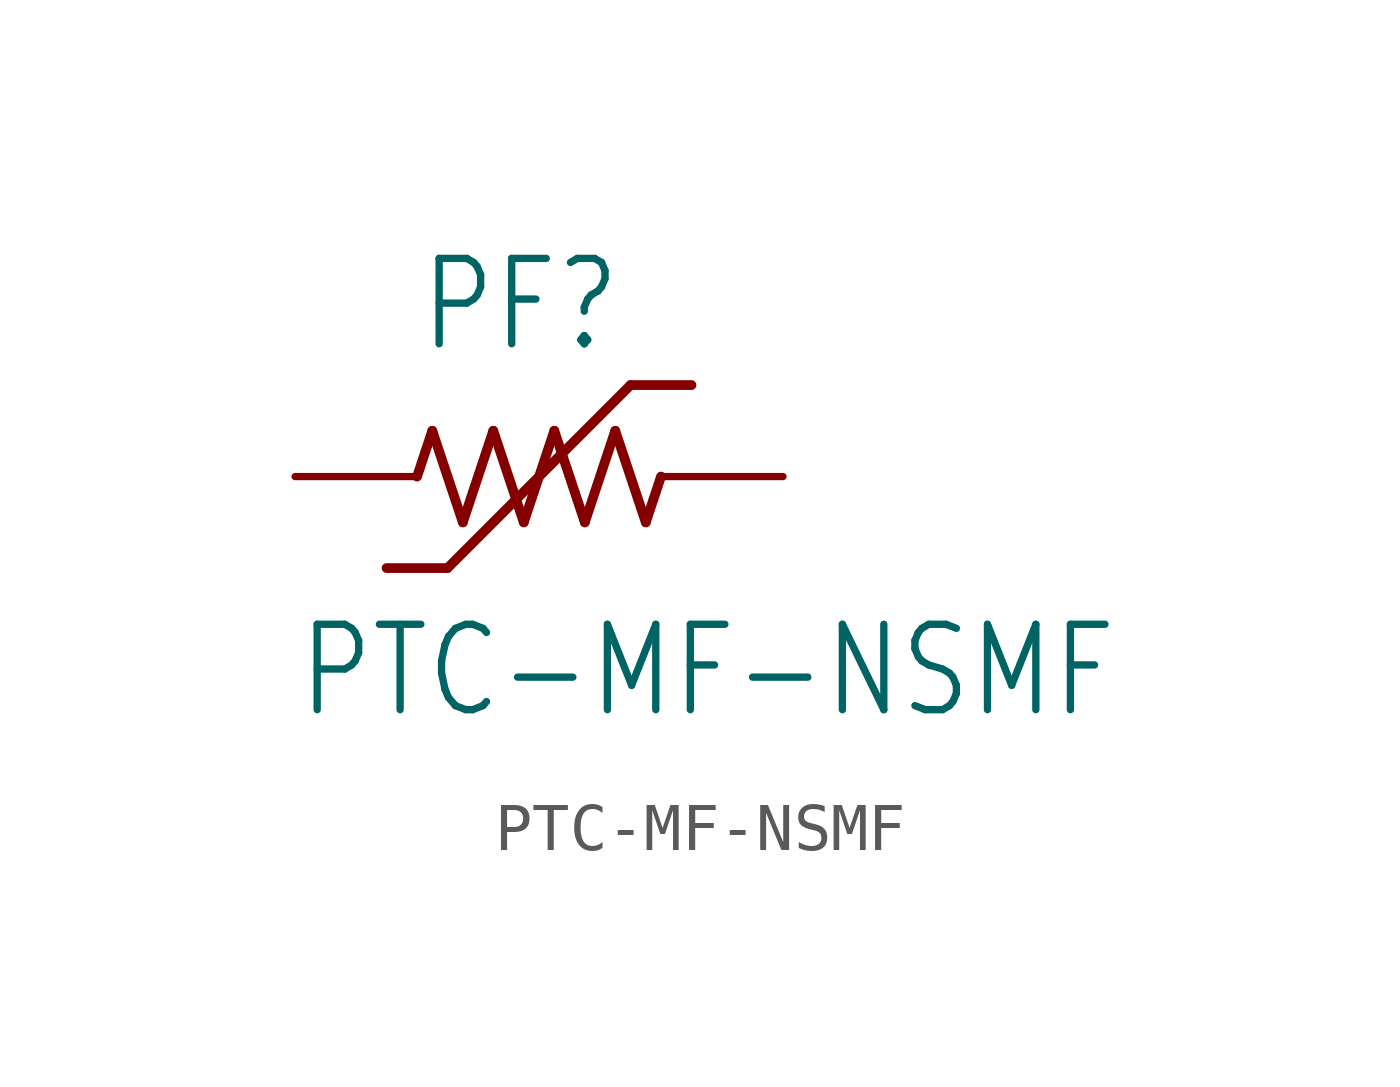
<source format=kicad_sym>
(kicad_symbol_lib
  (version 20211014)
  (generator kicad_symbol_editor)
  (symbol "PTC-MF-NSMF"
    (property "Reference" "PF"
      (at -2.54 2.54 0)
      (effects (font (size 1.778 1.511)) (justify left bottom)))
    (property "Value" "PTC-MF-NSMF"
      (at -5.08 -5.08 0)
      (effects (font (size 1.778 1.511)) (justify left bottom)))
    (property "ki_locked" ""
      (at 0 0 0)
      (effects (font (size 1.27 1.27))))
    (symbol "PTC-MF-NSMF_1_0"
      (polyline (pts (xy -2.54 0) (xy -2.223 0.953)) (stroke (width 0.203) (type default) (color 0 0 0 0)) (fill (type none)))
      (polyline (pts (xy -2.223 0.953) (xy -1.587 -0.953)) (stroke (width 0.203) (type default) (color 0 0 0 0)) (fill (type none)))
      (polyline (pts (xy -1.905 -1.905) (xy -3.175 -1.905)) (stroke (width 0.203) (type default) (color 0 0 0 0)) (fill (type none)))
      (polyline (pts (xy -1.587 -0.953) (xy -0.953 0.953)) (stroke (width 0.203) (type default) (color 0 0 0 0)) (fill (type none)))
      (polyline (pts (xy -0.953 0.953) (xy -0.318 -0.953)) (stroke (width 0.203) (type default) (color 0 0 0 0)) (fill (type none)))
      (polyline (pts (xy -0.318 -0.953) (xy 0.318 0.953)) (stroke (width 0.203) (type default) (color 0 0 0 0)) (fill (type none)))
      (polyline (pts (xy 0.318 0.953) (xy 0.953 -0.953)) (stroke (width 0.203) (type default) (color 0 0 0 0)) (fill (type none)))
      (polyline (pts (xy 0.953 -0.953) (xy 1.587 0.953)) (stroke (width 0.203) (type default) (color 0 0 0 0)) (fill (type none)))
      (polyline (pts (xy 1.587 0.953) (xy 2.223 -0.953)) (stroke (width 0.203) (type default) (color 0 0 0 0)) (fill (type none)))
      (polyline (pts (xy 1.905 1.905) (xy -1.905 -1.905)) (stroke (width 0.203) (type default) (color 0 0 0 0)) (fill (type none)))
      (polyline (pts (xy 2.223 -0.953) (xy 2.54 0)) (stroke (width 0.203) (type default) (color 0 0 0 0)) (fill (type none)))
      (polyline (pts (xy 3.175 1.905) (xy 1.905 1.905)) (stroke (width 0.203) (type default) (color 0 0 0 0)) (fill (type none)))
      (pin passive line (at -5.08 0 0) (length 2.54) (name "1" (effects (font (size 0 0)))) (number "1" (effects (font (size 0 0)))))
      (pin passive line (at 5.08 0 180) (length 2.54) (name "2" (effects (font (size 0 0)))) (number "2" (effects (font (size 0 0))))))))
</source>
